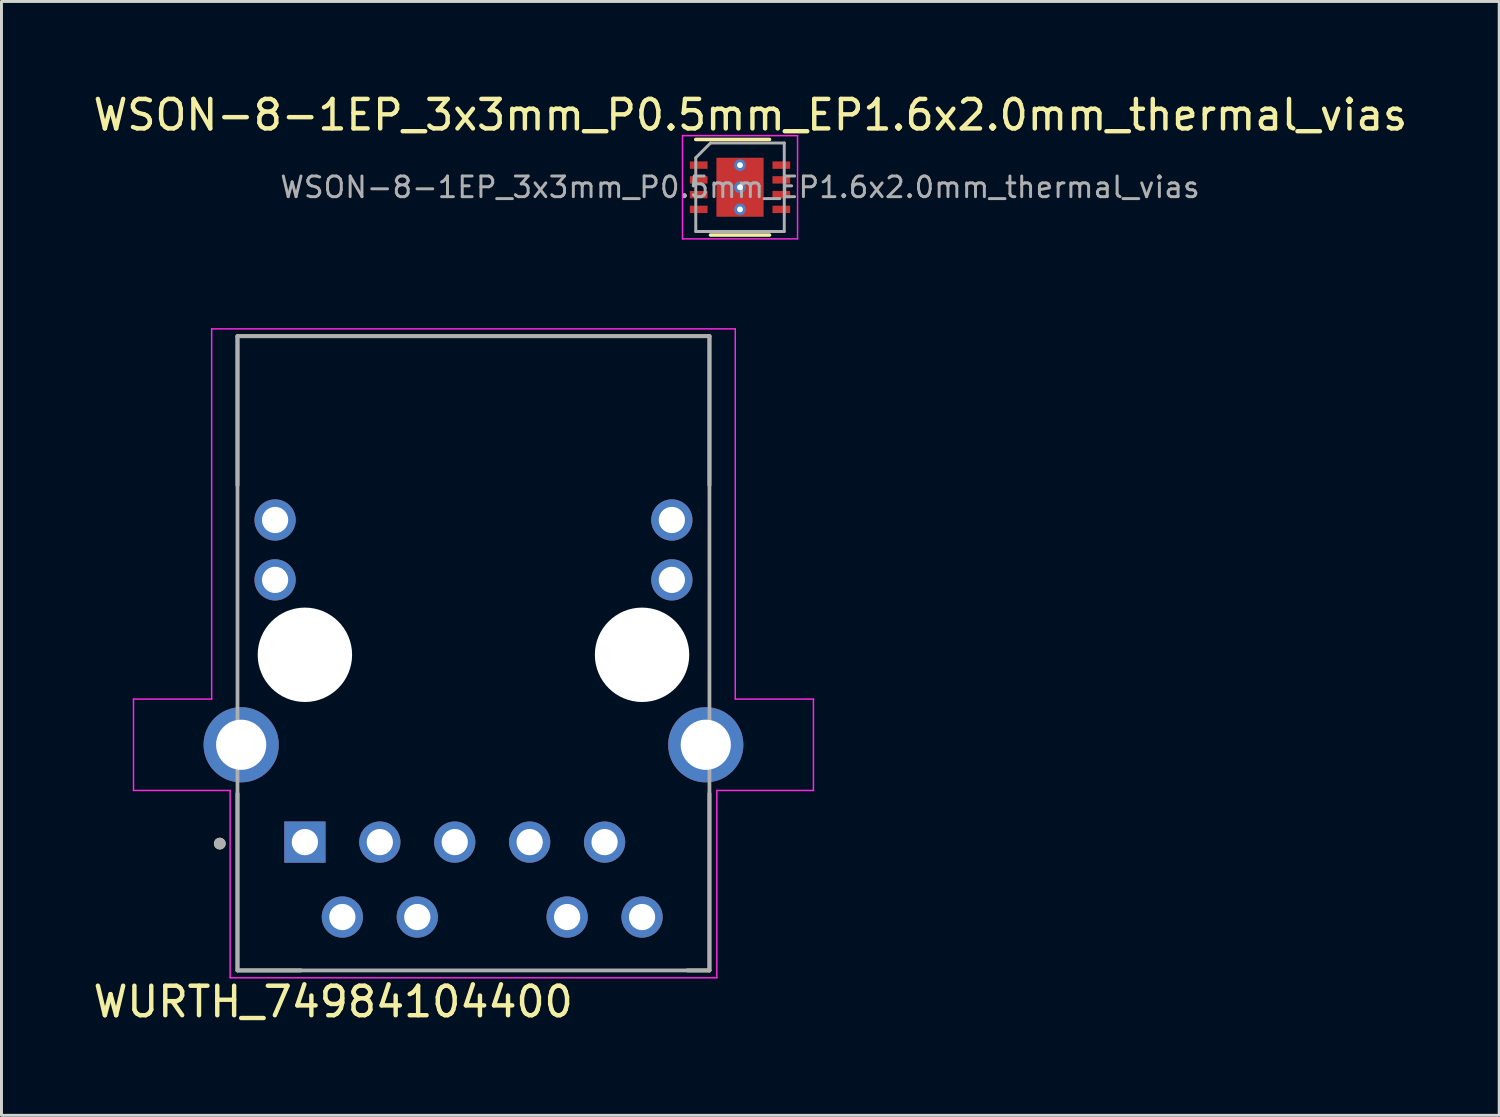
<source format=kicad_pcb>
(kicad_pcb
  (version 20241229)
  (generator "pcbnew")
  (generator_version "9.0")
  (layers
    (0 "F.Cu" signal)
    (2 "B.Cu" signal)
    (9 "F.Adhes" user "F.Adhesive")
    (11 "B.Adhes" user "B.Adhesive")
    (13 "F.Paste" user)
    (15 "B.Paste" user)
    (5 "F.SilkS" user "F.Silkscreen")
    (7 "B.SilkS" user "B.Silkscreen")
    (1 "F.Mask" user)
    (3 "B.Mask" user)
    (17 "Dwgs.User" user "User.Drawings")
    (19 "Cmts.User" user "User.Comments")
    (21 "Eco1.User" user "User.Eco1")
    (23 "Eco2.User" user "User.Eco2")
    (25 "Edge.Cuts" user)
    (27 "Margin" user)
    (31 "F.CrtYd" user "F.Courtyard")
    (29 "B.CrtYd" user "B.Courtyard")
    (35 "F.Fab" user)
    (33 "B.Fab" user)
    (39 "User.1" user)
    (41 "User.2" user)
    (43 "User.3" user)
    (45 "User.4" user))
  (footprint "WSON-8-1EP_3x3mm_P0.5mm_EP1.6x2.0mm_thermal_vias"
    (layer "F.Cu")
    (at 22.037 3.298)
    (property "Reference" "WSON-8-1EP_3x3mm_P0.5mm_EP1.6x2.0mm_thermal_vias" (at 0.35 -2.45 0) (layer "F.SilkS") (effects (font (size 1 1) (thickness 0.15))))
    (attr smd)
    (fp_line (start -1.5 -1.62) (end 1 -1.62) (stroke (width 0.12) (type solid)) (layer "F.SilkS"))
    (fp_line (start 1 1.62) (end -1 1.62) (stroke (width 0.12) (type solid)) (layer "F.SilkS"))
    (fp_line (start -1.95 -1.75) (end -1.95 1.75) (stroke (width 0.05) (type solid)) (layer "F.CrtYd"))
    (fp_line (start -1.95 -1.75) (end 1.95 -1.75) (stroke (width 0.05) (type solid)) (layer "F.CrtYd"))
    (fp_line (start -1.95 1.75) (end 1.95 1.75) (stroke (width 0.05) (type solid)) (layer "F.CrtYd"))
    (fp_line (start 1.95 -1.75) (end 1.95 1.75) (stroke (width 0.05) (type solid)) (layer "F.CrtYd"))
    (fp_line (start -1.5 1.5) (end -1.5 -1) (stroke (width 0.1) (type solid)) (layer "F.Fab"))
    (fp_line (start -1 -1.5) (end -1.5 -1) (stroke (width 0.1) (type solid)) (layer "F.Fab"))
    (fp_line (start -1 -1.5) (end 1.5 -1.5) (stroke (width 0.1) (type solid)) (layer "F.Fab"))
    (fp_line (start 1.5 -1.5) (end 1.5 1.5) (stroke (width 0.1) (type solid)) (layer "F.Fab"))
    (fp_line (start 1.5 1.5) (end -1.5 1.5) (stroke (width 0.1) (type solid)) (layer "F.Fab"))
    (fp_text user "${REFERENCE}" (at 0 0 0) (layer "F.Fab") (effects (font (size 0.7 0.7) (thickness 0.1))))
    (pad "" smd rect (at -0.45 -0.55) (size 0.6 0.8) (layers "F.Paste"))
    (pad "" smd rect (at -0.45 0.55) (size 0.6 0.8) (layers "F.Paste"))
    (pad "" smd rect (at 0.45 -0.55) (size 0.6 0.8) (layers "F.Paste"))
    (pad "" smd rect (at 0.45 0.55) (size 0.6 0.8) (layers "F.Paste"))
    (pad "1" smd rect (at -1.4 -0.75) (size 0.6 0.25) (layers "F.Cu" "F.Mask" "F.Paste"))
    (pad "2" smd rect (at -1.4 -0.25) (size 0.6 0.25) (layers "F.Cu" "F.Mask" "F.Paste"))
    (pad "3" smd rect (at -1.4 0.25) (size 0.6 0.25) (layers "F.Cu" "F.Mask" "F.Paste"))
    (pad "4" smd rect (at -1.4 0.75) (size 0.6 0.25) (layers "F.Cu" "F.Mask" "F.Paste"))
    (pad "5" smd rect (at 1.4 0.75) (size 0.6 0.25) (layers "F.Cu" "F.Mask" "F.Paste"))
    (pad "6" smd rect (at 1.4 0.25) (size 0.6 0.25) (layers "F.Cu" "F.Mask" "F.Paste"))
    (pad "7" smd rect (at 1.4 -0.25) (size 0.6 0.25) (layers "F.Cu" "F.Mask" "F.Paste"))
    (pad "8" smd rect (at 1.4 -0.75) (size 0.6 0.25) (layers "F.Cu" "F.Mask" "F.Paste"))
    (pad "9" thru_hole circle (at 0 -0.75) (size 0.4 0.4) (drill 0.2) (property pad_prop_heatsink) (layers "*.Cu" "*.Mask"))
    (pad "9" thru_hole circle (at 0 0) (size 0.4 0.4) (drill 0.2) (property pad_prop_heatsink) (layers "*.Cu" "*.Mask"))
    (pad "9" smd rect (at 0 0) (size 1.6 2) (layers "F.Cu" "F.Mask"))
    (pad "9" thru_hole circle (at 0 0.75) (size 0.4 0.4) (drill 0.2) (property pad_prop_heatsink) (layers "*.Cu" "*.Mask")))
  (footprint "WURTH_74984104400"
    (layer "F.Cu")
    (at 13.001 19.148)
    (property "Reference" "WURTH_74984104400" (at -4.757 11.763 0) (layer "F.SilkS") (effects (font (size 1 1) (thickness 0.15))))
    (attr through_hole)
    (fp_line (start -8 -10.8) (end 8 -10.8) (stroke (width 0.127) (type solid)) (layer "F.SilkS"))
    (fp_line (start -8 -5.75) (end -8 -10.8) (stroke (width 0.127) (type solid)) (layer "F.SilkS"))
    (fp_line (start -8 4.7) (end -8 10.7) (stroke (width 0.127) (type solid)) (layer "F.SilkS"))
    (fp_line (start -8 10.7) (end -5.85 10.7) (stroke (width 0.127) (type solid)) (layer "F.SilkS"))
    (fp_line (start 7.25 10.7) (end 8 10.7) (stroke (width 0.127) (type solid)) (layer "F.SilkS"))
    (fp_line (start 8 -10.8) (end 8 -5.75) (stroke (width 0.127) (type solid)) (layer "F.SilkS"))
    (fp_line (start 8 10.7) (end 8 4.7) (stroke (width 0.127) (type solid)) (layer "F.SilkS"))
    (fp_circle (center -8.6 6.4) (end -8.5 6.4) (stroke (width 0.2) (type solid)) (fill no) (layer "F.SilkS"))
    (fp_poly (pts (xy -11.275 1.75) (xy -4.475 1.75) (xy -4.475 4.35) (xy -11.275 4.35)) (stroke (width 0.01) (type solid)) (fill yes) (layer "F.Paste"))
    (fp_poly (pts (xy -8.625 -5.37) (xy -4.825 -5.37) (xy -4.825 -3.77) (xy -8.625 -3.77)) (stroke (width 0.01) (type solid)) (fill yes) (layer "F.Paste"))
    (fp_poly (pts (xy -8.625 -3.34) (xy -4.825 -3.34) (xy -4.825 -1.74) (xy -8.625 -1.74)) (stroke (width 0.01) (type solid)) (fill yes) (layer "F.Paste"))
    (fp_poly (pts (xy -6.815 4.65) (xy -4.615 4.65) (xy -4.615 7.45) (xy -6.815 7.45)) (stroke (width 0.01) (type solid)) (fill yes) (layer "F.Paste"))
    (fp_poly (pts (xy -5.545 7.79) (xy -3.345 7.79) (xy -3.345 10.59) (xy -5.545 10.59)) (stroke (width 0.01) (type solid)) (fill yes) (layer "F.Paste"))
    (fp_poly (pts (xy -4.275 4.65) (xy -2.075 4.65) (xy -2.075 7.45) (xy -4.275 7.45)) (stroke (width 0.01) (type solid)) (fill yes) (layer "F.Paste"))
    (fp_poly (pts (xy -3.005 7.79) (xy -0.805 7.79) (xy -0.805 10.59) (xy -3.005 10.59)) (stroke (width 0.01) (type solid)) (fill yes) (layer "F.Paste"))
    (fp_poly (pts (xy -1.735 4.65) (xy 0.465 4.65) (xy 0.465 7.45) (xy -1.735 7.45)) (stroke (width 0.01) (type solid)) (fill yes) (layer "F.Paste"))
    (fp_poly (pts (xy 0.805 4.65) (xy 3.005 4.65) (xy 3.005 7.45) (xy 0.805 7.45)) (stroke (width 0.01) (type solid)) (fill yes) (layer "F.Paste"))
    (fp_poly (pts (xy 2.075 7.79) (xy 4.275 7.79) (xy 4.275 10.59) (xy 2.075 10.59)) (stroke (width 0.01) (type solid)) (fill yes) (layer "F.Paste"))
    (fp_poly (pts (xy 3.345 4.65) (xy 5.545 4.65) (xy 5.545 7.45) (xy 3.345 7.45)) (stroke (width 0.01) (type solid)) (fill yes) (layer "F.Paste"))
    (fp_poly (pts (xy 4.475 1.75) (xy 11.275 1.75) (xy 11.275 4.35) (xy 4.475 4.35)) (stroke (width 0.01) (type solid)) (fill yes) (layer "F.Paste"))
    (fp_poly (pts (xy 4.615 7.79) (xy 6.815 7.79) (xy 6.815 10.59) (xy 4.615 10.59)) (stroke (width 0.01) (type solid)) (fill yes) (layer "F.Paste"))
    (fp_poly (pts (xy 4.825 -5.37) (xy 8.625 -5.37) (xy 8.625 -3.77) (xy 4.825 -3.77)) (stroke (width 0.01) (type solid)) (fill yes) (layer "F.Paste"))
    (fp_poly (pts (xy 4.825 -3.34) (xy 8.625 -3.34) (xy 8.625 -1.74) (xy 4.825 -1.74)) (stroke (width 0.01) (type solid)) (fill yes) (layer "F.Paste"))
    (fp_line (start -11.525 1.5) (end -8.875 1.5) (stroke (width 0.05) (type solid)) (layer "F.CrtYd"))
    (fp_line (start -11.525 4.6) (end -11.525 1.5) (stroke (width 0.05) (type solid)) (layer "F.CrtYd"))
    (fp_line (start -8.875 -11.05) (end 8.875 -11.05) (stroke (width 0.05) (type solid)) (layer "F.CrtYd"))
    (fp_line (start -8.875 1.5) (end -8.875 -11.05) (stroke (width 0.05) (type solid)) (layer "F.CrtYd"))
    (fp_line (start -8.25 4.6) (end -11.525 4.6) (stroke (width 0.05) (type solid)) (layer "F.CrtYd"))
    (fp_line (start -8.25 10.95) (end -8.25 4.6) (stroke (width 0.05) (type solid)) (layer "F.CrtYd"))
    (fp_line (start 8.25 4.6) (end 8.25 10.95) (stroke (width 0.05) (type solid)) (layer "F.CrtYd"))
    (fp_line (start 8.25 10.95) (end -8.25 10.95) (stroke (width 0.05) (type solid)) (layer "F.CrtYd"))
    (fp_line (start 8.875 -11.05) (end 8.875 1.5) (stroke (width 0.05) (type solid)) (layer "F.CrtYd"))
    (fp_line (start 8.875 1.5) (end 11.525 1.5) (stroke (width 0.05) (type solid)) (layer "F.CrtYd"))
    (fp_line (start 11.525 1.5) (end 11.525 4.6) (stroke (width 0.05) (type solid)) (layer "F.CrtYd"))
    (fp_line (start 11.525 4.6) (end 8.25 4.6) (stroke (width 0.05) (type solid)) (layer "F.CrtYd"))
    (fp_line (start -8 -10.8) (end 8 -10.8) (stroke (width 0.127) (type solid)) (layer "F.Fab"))
    (fp_line (start -8 10.7) (end -8 -10.8) (stroke (width 0.127) (type solid)) (layer "F.Fab"))
    (fp_line (start 8 -10.8) (end 8 10.7) (stroke (width 0.127) (type solid)) (layer "F.Fab"))
    (fp_line (start 8 10.7) (end -8 10.7) (stroke (width 0.127) (type solid)) (layer "F.Fab"))
    (fp_circle (center -8.6 6.4) (end -8.5 6.4) (stroke (width 0.2) (type solid)) (fill no) (layer "F.Fab"))
    (pad "" np_thru_hole circle (at -5.715 0) (size 3.2 3.2) (drill 3.2) (layers "*.Cu" "*.Mask"))
    (pad "" np_thru_hole circle (at 5.715 0) (size 3.2 3.2) (drill 3.2) (layers "*.Cu" "*.Mask"))
    (pad "1" thru_hole rect (at -5.715 6.35) (size 1.398 1.398) (drill 0.89) (layers "*.Cu" "*.Mask"))
    (pad "2" thru_hole circle (at -4.445 8.89) (size 1.398 1.398) (drill 0.89) (layers "*.Cu" "*.Mask"))
    (pad "3" thru_hole circle (at -3.175 6.35) (size 1.398 1.398) (drill 0.89) (layers "*.Cu" "*.Mask"))
    (pad "4" thru_hole circle (at -1.905 8.89) (size 1.398 1.398) (drill 0.89) (layers "*.Cu" "*.Mask"))
    (pad "5" thru_hole circle (at -0.635 6.35) (size 1.398 1.398) (drill 0.89) (layers "*.Cu" "*.Mask"))
    (pad "7" thru_hole circle (at 1.905 6.35) (size 1.398 1.398) (drill 0.89) (layers "*.Cu" "*.Mask"))
    (pad "8" thru_hole circle (at 3.175 8.89) (size 1.398 1.398) (drill 0.89) (layers "*.Cu" "*.Mask"))
    (pad "9" thru_hole circle (at 4.445 6.35) (size 1.398 1.398) (drill 0.89) (layers "*.Cu" "*.Mask"))
    (pad "10" thru_hole circle (at 5.715 8.89) (size 1.398 1.398) (drill 0.89) (layers "*.Cu" "*.Mask"))
    (pad "11" thru_hole circle (at -6.725 -2.54) (size 1.398 1.398) (drill 0.89) (layers "*.Cu" "*.Mask"))
    (pad "12" thru_hole circle (at -6.725 -4.57) (size 1.398 1.398) (drill 0.89) (layers "*.Cu" "*.Mask"))
    (pad "13" thru_hole circle (at 6.725 -2.54) (size 1.398 1.398) (drill 0.89) (layers "*.Cu" "*.Mask"))
    (pad "14" thru_hole circle (at 6.725 -4.57) (size 1.398 1.398) (drill 0.89) (layers "*.Cu" "*.Mask"))
    (pad "S1" thru_hole circle (at -7.875 3.05) (size 2.55 2.55) (drill 1.7) (layers "*.Cu" "*.Mask"))
    (pad "S2" thru_hole circle (at 7.875 3.05) (size 2.55 2.55) (drill 1.7) (layers "*.Cu" "*.Mask")))
  (gr_rect
    (start -3 -3)
    (end 47.774 34.76)
    (stroke (width 0.1) (type default))
    (fill no)
    (layer "Edge.Cuts")))
</source>
